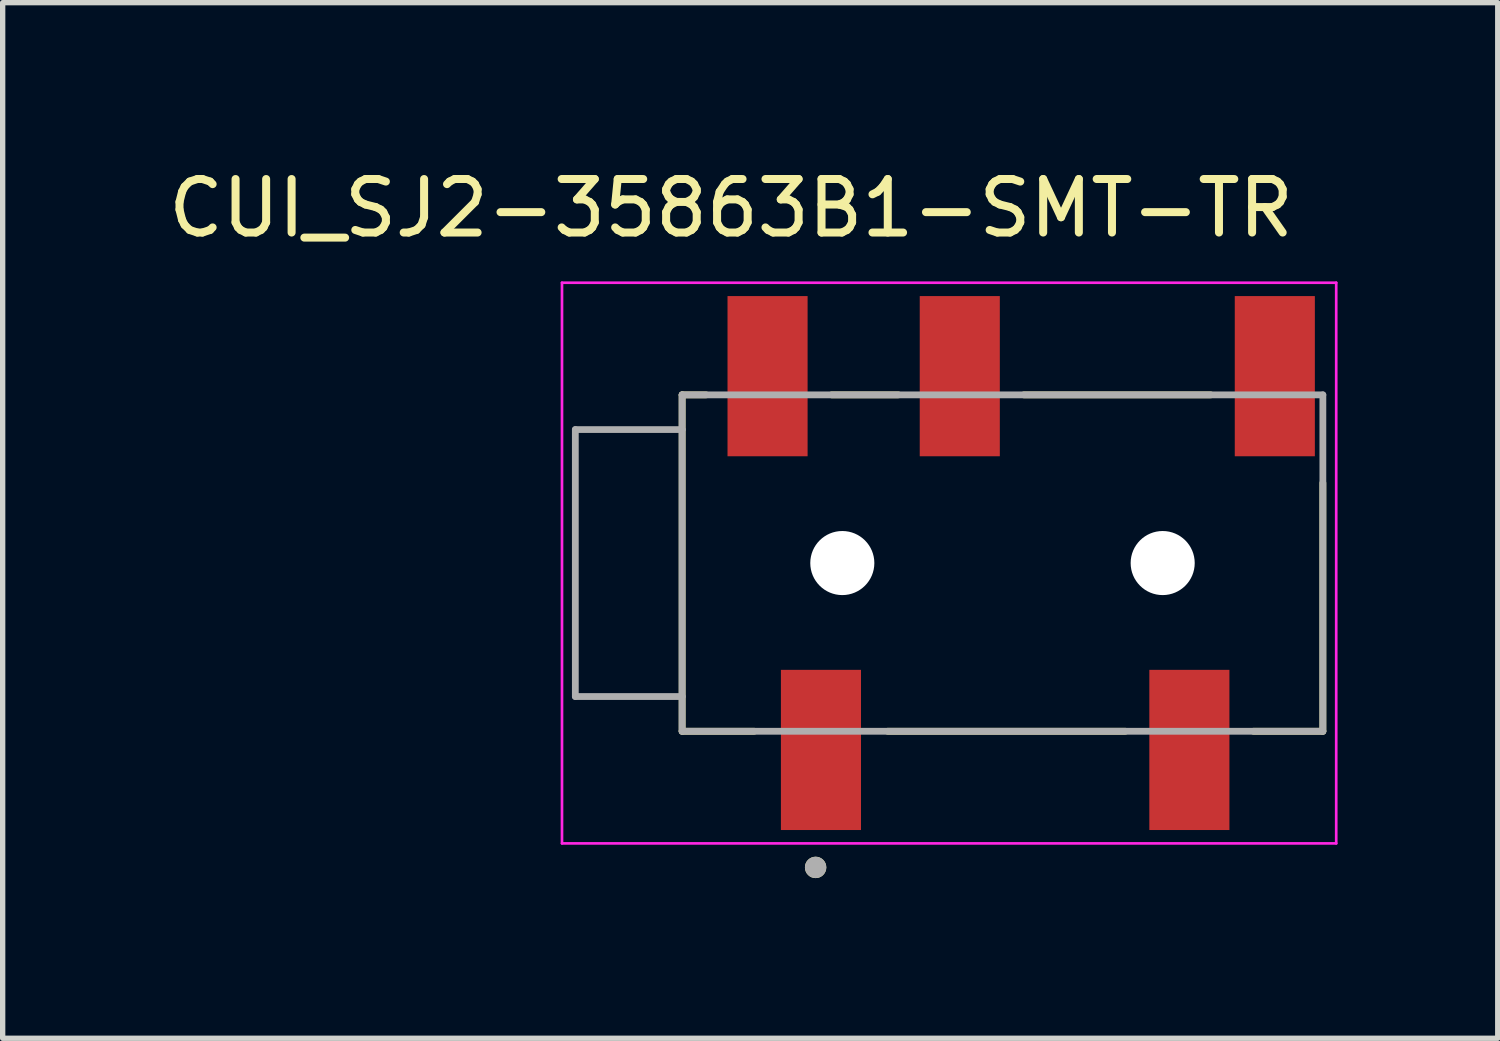
<source format=kicad_pcb>
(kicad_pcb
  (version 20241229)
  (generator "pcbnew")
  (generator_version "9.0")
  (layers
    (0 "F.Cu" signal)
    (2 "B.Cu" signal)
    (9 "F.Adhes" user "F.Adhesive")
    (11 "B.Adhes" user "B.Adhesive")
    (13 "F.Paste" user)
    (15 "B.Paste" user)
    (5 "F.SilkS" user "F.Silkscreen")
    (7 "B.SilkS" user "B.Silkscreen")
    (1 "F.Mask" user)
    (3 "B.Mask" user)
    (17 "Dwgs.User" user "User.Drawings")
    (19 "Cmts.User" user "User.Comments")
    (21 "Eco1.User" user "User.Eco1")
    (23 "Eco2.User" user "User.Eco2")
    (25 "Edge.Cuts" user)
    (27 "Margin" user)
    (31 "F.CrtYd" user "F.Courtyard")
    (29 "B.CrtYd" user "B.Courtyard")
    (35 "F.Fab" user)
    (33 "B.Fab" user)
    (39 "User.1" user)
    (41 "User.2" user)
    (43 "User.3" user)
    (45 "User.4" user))
  (footprint "CUI_SJ2-35863B1-SMT-TR"
    (layer "F.Cu")
    (at 15.725 7.495)
    (property "Reference" "CUI_SJ2-35863B1-SMT-TR" (at -5.083 -6.646 0) (layer "F.SilkS") (effects (font (size 1.002 1.002) (thickness 0.15))))
    (attr smd)
    (fp_line (start -6 3.15) (end -6 -3.15) (stroke (width 0.127) (type solid)) (layer "F.SilkS"))
    (fp_line (start -6 3.15) (end -4.65 3.15) (stroke (width 0.127) (type solid)) (layer "F.SilkS"))
    (fp_line (start -5.55 -3.15) (end -6 -3.15) (stroke (width 0.127) (type solid)) (layer "F.SilkS"))
    (fp_line (start -3.2 -3.15) (end -1.95 -3.15) (stroke (width 0.127) (type solid)) (layer "F.SilkS"))
    (fp_line (start -2.15 3.15) (end 2.3 3.15) (stroke (width 0.127) (type solid)) (layer "F.SilkS"))
    (fp_line (start 0.4 -3.15) (end 3.9 -3.15) (stroke (width 0.127) (type solid)) (layer "F.SilkS"))
    (fp_line (start 4.7 3.15) (end 6 3.15) (stroke (width 0.127) (type solid)) (layer "F.SilkS"))
    (fp_line (start 6 3.15) (end 6 -1.5) (stroke (width 0.127) (type solid)) (layer "F.SilkS"))
    (fp_circle (center -3.5 5.7) (end -3.4 5.7) (stroke (width 0.2) (type solid)) (fill no) (layer "F.SilkS"))
    (fp_line (start -8.25 -5.25) (end 6.25 -5.25) (stroke (width 0.05) (type solid)) (layer "F.CrtYd"))
    (fp_line (start -8.25 5.25) (end -8.25 -5.25) (stroke (width 0.05) (type solid)) (layer "F.CrtYd"))
    (fp_line (start 6.25 -5.25) (end 6.25 5.25) (stroke (width 0.05) (type solid)) (layer "F.CrtYd"))
    (fp_line (start 6.25 5.25) (end -8.25 5.25) (stroke (width 0.05) (type solid)) (layer "F.CrtYd"))
    (fp_line (start -8 -2.5) (end -8 2.5) (stroke (width 0.127) (type solid)) (layer "F.Fab"))
    (fp_line (start -8 2.5) (end -6 2.5) (stroke (width 0.127) (type solid)) (layer "F.Fab"))
    (fp_line (start -6 -3.15) (end 6 -3.15) (stroke (width 0.127) (type solid)) (layer "F.Fab"))
    (fp_line (start -6 -2.5) (end -8 -2.5) (stroke (width 0.127) (type solid)) (layer "F.Fab"))
    (fp_line (start -6 -2.5) (end -6 -3.15) (stroke (width 0.127) (type solid)) (layer "F.Fab"))
    (fp_line (start -6 2.5) (end -6 -2.5) (stroke (width 0.127) (type solid)) (layer "F.Fab"))
    (fp_line (start -6 3.15) (end -6 2.5) (stroke (width 0.127) (type solid)) (layer "F.Fab"))
    (fp_line (start 6 -3.15) (end 6 3.15) (stroke (width 0.127) (type solid)) (layer "F.Fab"))
    (fp_line (start 6 3.15) (end -6 3.15) (stroke (width 0.127) (type solid)) (layer "F.Fab"))
    (fp_circle (center -3.5 5.7) (end -3.4 5.7) (stroke (width 0.2) (type solid)) (fill no) (layer "F.Fab"))
    (pad "" np_thru_hole circle (at -3 0) (size 1.2 1.2) (drill 1.2) (layers "*.Cu" "*.Mask"))
    (pad "" np_thru_hole circle (at 3 0) (size 1.2 1.2) (drill 1.2) (layers "*.Cu" "*.Mask"))
    (pad "1" smd rect (at -3.4 3.5) (size 1.5 3) (layers "F.Cu" "F.Mask" "F.Paste"))
    (pad "2" smd rect (at 3.5 3.5) (size 1.5 3) (layers "F.Cu" "F.Mask" "F.Paste"))
    (pad "3" smd rect (at -0.8 -3.5) (size 1.5 3) (layers "F.Cu" "F.Mask" "F.Paste"))
    (pad "4" smd rect (at -4.4 -3.5) (size 1.5 3) (layers "F.Cu" "F.Mask" "F.Paste"))
    (pad "10" smd rect (at 5.1 -3.5) (size 1.5 3) (layers "F.Cu" "F.Mask" "F.Paste")))
  (gr_rect
    (start -3 -3)
    (end 25 16.395)
    (stroke (width 0.1) (type default))
    (fill no)
    (layer "Edge.Cuts")))
</source>
